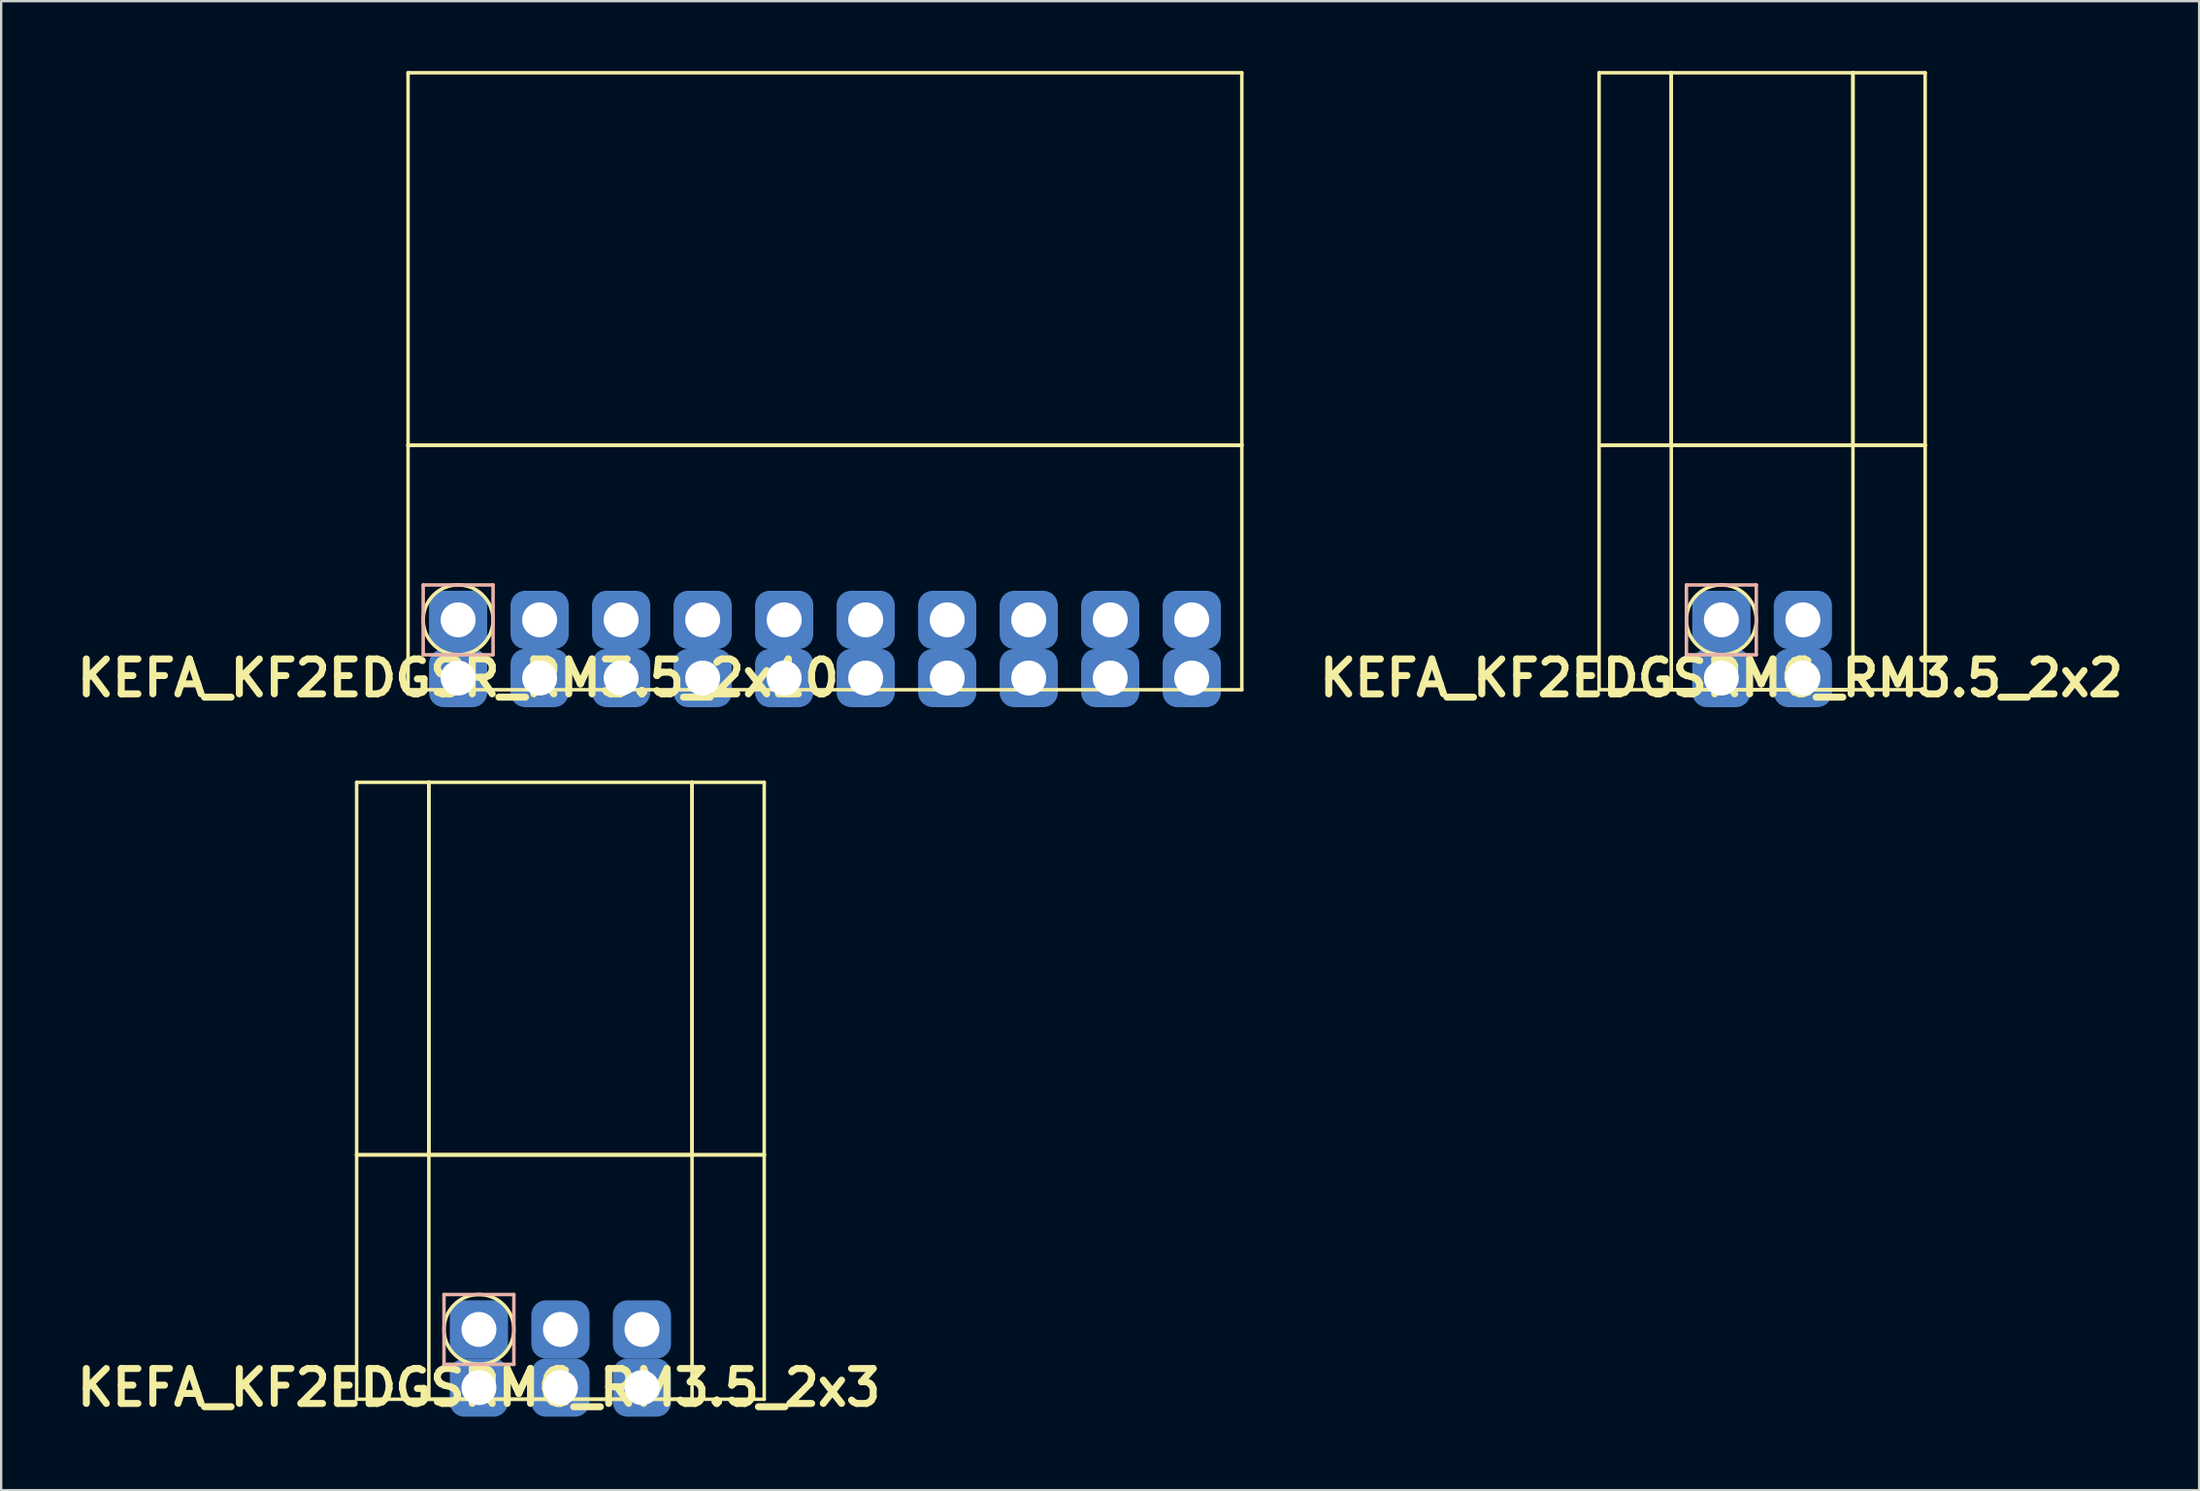
<source format=kicad_pcb>
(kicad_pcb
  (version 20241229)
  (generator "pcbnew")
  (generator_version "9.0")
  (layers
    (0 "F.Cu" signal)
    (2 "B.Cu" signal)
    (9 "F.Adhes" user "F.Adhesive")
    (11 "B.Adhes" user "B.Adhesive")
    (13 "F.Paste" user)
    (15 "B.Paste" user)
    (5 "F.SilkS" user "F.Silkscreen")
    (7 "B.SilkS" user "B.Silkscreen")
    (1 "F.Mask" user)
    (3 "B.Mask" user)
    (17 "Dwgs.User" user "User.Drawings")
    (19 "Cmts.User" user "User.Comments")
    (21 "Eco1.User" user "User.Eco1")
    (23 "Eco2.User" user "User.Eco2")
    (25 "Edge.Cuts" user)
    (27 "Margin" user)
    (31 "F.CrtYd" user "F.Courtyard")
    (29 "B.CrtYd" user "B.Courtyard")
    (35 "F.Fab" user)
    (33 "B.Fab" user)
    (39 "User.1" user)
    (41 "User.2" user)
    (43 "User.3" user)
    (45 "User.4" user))
  (footprint "KEFA_KF2EDGSR_RM3.5_2x10"
    (layer "F.Cu")
    (at 16.621 23.575)
    (property "Reference" "KEFA_KF2EDGSR_RM3.5_2x10" (at 0 2.5 0) (layer "F.SilkS") (effects (font (size 1.5 1.5) (thickness 0.3))))
    (attr through_hole)
    (fp_line (start -2.15 -23.5) (end -2.15 -7.5) (stroke (width 0.15) (type solid)) (layer "F.SilkS"))
    (fp_line (start -2.15 -7.5) (end -2.15 3) (stroke (width 0.15) (type solid)) (layer "F.SilkS"))
    (fp_line (start -2.15 -7.5) (end 33.65 -7.5) (stroke (width 0.15) (type solid)) (layer "F.SilkS"))
    (fp_line (start -2.15 3) (end 33.65 3) (stroke (width 0.15) (type solid)) (layer "F.SilkS"))
    (fp_line (start 33.65 -23.5) (end -2.15 -23.5) (stroke (width 0.15) (type solid)) (layer "F.SilkS"))
    (fp_line (start 33.65 -7.5) (end -2.15 -7.5) (stroke (width 0.15) (type solid)) (layer "F.SilkS"))
    (fp_line (start 33.65 -7.5) (end 33.65 -23.5) (stroke (width 0.15) (type solid)) (layer "F.SilkS"))
    (fp_line (start 33.65 3) (end 33.65 -7.5) (stroke (width 0.15) (type solid)) (layer "F.SilkS"))
    (fp_circle (center 0 0) (end 1.5 0) (stroke (width 0.15) (type solid)) (fill no) (layer "F.SilkS"))
    (fp_line (start -1.5 -1.5) (end 1.5 -1.5) (stroke (width 0.15) (type solid)) (layer "B.SilkS"))
    (fp_line (start -1.5 1.5) (end -1.5 -1.5) (stroke (width 0.15) (type solid)) (layer "B.SilkS"))
    (fp_line (start 1.5 -1.5) (end 1.5 1.5) (stroke (width 0.15) (type solid)) (layer "B.SilkS"))
    (fp_line (start 1.5 1.5) (end -1.5 1.5) (stroke (width 0.15) (type solid)) (layer "B.SilkS"))
    (pad "1" thru_hole circle (at 0 0) (size 1.8 1.8) (drill 1.5) (layers "*.Cu" "*.Mask"))
    (pad "1" smd roundrect (at 0 0) (size 2.5 2.5) (layers "B.Cu" "B.Mask") (roundrect_rratio 0.25))
    (pad "2" thru_hole circle (at 3.5 0) (size 1.8 1.8) (drill 1.5) (layers "*.Cu" "*.Mask"))
    (pad "2" smd roundrect (at 3.5 0) (size 2.5 2.5) (layers "B.Cu" "B.Mask") (roundrect_rratio 0.25))
    (pad "3" thru_hole circle (at 7 0) (size 1.8 1.8) (drill 1.5) (layers "*.Cu" "*.Mask"))
    (pad "3" smd roundrect (at 7 0) (size 2.5 2.5) (layers "B.Cu" "B.Mask") (roundrect_rratio 0.25))
    (pad "4" thru_hole circle (at 10.5 0) (size 1.8 1.8) (drill 1.5) (layers "*.Cu" "*.Mask"))
    (pad "4" smd roundrect (at 10.5 0) (size 2.5 2.5) (layers "B.Cu" "B.Mask") (roundrect_rratio 0.25))
    (pad "5" thru_hole circle (at 14 0) (size 1.8 1.8) (drill 1.5) (layers "*.Cu" "*.Mask"))
    (pad "5" smd roundrect (at 14 0) (size 2.5 2.5) (layers "B.Cu" "B.Mask") (roundrect_rratio 0.25))
    (pad "6" thru_hole circle (at 17.5 0) (size 1.8 1.8) (drill 1.5) (layers "*.Cu" "*.Mask"))
    (pad "6" smd roundrect (at 17.5 0) (size 2.5 2.5) (layers "B.Cu" "B.Mask") (roundrect_rratio 0.25))
    (pad "7" thru_hole circle (at 21 0) (size 1.8 1.8) (drill 1.5) (layers "*.Cu" "*.Mask"))
    (pad "7" smd roundrect (at 21 0) (size 2.5 2.5) (layers "B.Cu" "B.Mask") (roundrect_rratio 0.25))
    (pad "8" thru_hole circle (at 24.5 0) (size 1.8 1.8) (drill 1.5) (layers "*.Cu" "*.Mask"))
    (pad "8" smd roundrect (at 24.5 0) (size 2.5 2.5) (layers "B.Cu" "B.Mask") (roundrect_rratio 0.25))
    (pad "9" thru_hole circle (at 28 0) (size 1.8 1.8) (drill 1.5) (layers "*.Cu" "*.Mask"))
    (pad "9" smd roundrect (at 28 0) (size 2.5 2.5) (layers "B.Cu" "B.Mask") (roundrect_rratio 0.25))
    (pad "10" thru_hole circle (at 31.5 0) (size 1.8 1.8) (drill 1.5) (layers "*.Cu" "*.Mask"))
    (pad "10" smd roundrect (at 31.5 0) (size 2.5 2.5) (layers "B.Cu" "B.Mask") (roundrect_rratio 0.25))
    (pad "11" thru_hole circle (at 0 2.5) (size 1.8 1.8) (drill 1.5) (layers "*.Cu" "*.Mask"))
    (pad "11" smd roundrect (at 0 2.5) (size 2.5 2.5) (layers "B.Cu" "B.Mask") (roundrect_rratio 0.25))
    (pad "12" thru_hole circle (at 3.5 2.5) (size 1.8 1.8) (drill 1.5) (layers "*.Cu" "*.Mask"))
    (pad "12" smd roundrect (at 3.5 2.5) (size 2.5 2.5) (layers "B.Cu" "B.Mask") (roundrect_rratio 0.25))
    (pad "13" thru_hole circle (at 7 2.5) (size 1.8 1.8) (drill 1.5) (layers "*.Cu" "*.Mask"))
    (pad "13" smd roundrect (at 7 2.5) (size 2.5 2.5) (layers "B.Cu" "B.Mask") (roundrect_rratio 0.25))
    (pad "14" thru_hole circle (at 10.5 2.5) (size 1.8 1.8) (drill 1.5) (layers "*.Cu" "*.Mask"))
    (pad "14" smd roundrect (at 10.5 2.5) (size 2.5 2.5) (layers "B.Cu" "B.Mask") (roundrect_rratio 0.25))
    (pad "15" thru_hole circle (at 14 2.5) (size 1.8 1.8) (drill 1.5) (layers "*.Cu" "*.Mask"))
    (pad "15" smd roundrect (at 14 2.5) (size 2.5 2.5) (layers "B.Cu" "B.Mask") (roundrect_rratio 0.25))
    (pad "16" thru_hole circle (at 17.5 2.5) (size 1.8 1.8) (drill 1.5) (layers "*.Cu" "*.Mask"))
    (pad "16" smd roundrect (at 17.5 2.5) (size 2.5 2.5) (layers "B.Cu" "B.Mask") (roundrect_rratio 0.25))
    (pad "17" thru_hole circle (at 21 2.5) (size 1.8 1.8) (drill 1.5) (layers "*.Cu" "*.Mask"))
    (pad "17" smd roundrect (at 21 2.5) (size 2.5 2.5) (layers "B.Cu" "B.Mask") (roundrect_rratio 0.25))
    (pad "18" thru_hole circle (at 24.5 2.5) (size 1.8 1.8) (drill 1.5) (layers "*.Cu" "*.Mask"))
    (pad "18" smd roundrect (at 24.5 2.5) (size 2.5 2.5) (layers "B.Cu" "B.Mask") (roundrect_rratio 0.25))
    (pad "19" thru_hole circle (at 28 2.5) (size 1.8 1.8) (drill 1.5) (layers "*.Cu" "*.Mask"))
    (pad "19" smd roundrect (at 28 2.5) (size 2.5 2.5) (layers "B.Cu" "B.Mask") (roundrect_rratio 0.25))
    (pad "20" thru_hole circle (at 31.5 2.5) (size 1.8 1.8) (drill 1.5) (layers "*.Cu" "*.Mask"))
    (pad "20" smd roundrect (at 31.5 2.5) (size 2.5 2.5) (layers "B.Cu" "B.Mask") (roundrect_rratio 0.25)))
  (footprint "KEFA_KF2EDGSRMG_RM3.5_2x2"
    (layer "F.Cu")
    (at 70.861 23.575)
    (property "Reference" "KEFA_KF2EDGSRMG_RM3.5_2x2" (at 0 2.5 0) (layer "F.SilkS") (effects (font (size 1.5 1.5) (thickness 0.3))))
    (attr through_hole)
    (fp_line (start -5.25 -23.5) (end -5.25 -7.5) (stroke (width 0.15) (type solid)) (layer "F.SilkS"))
    (fp_line (start -5.25 -7.5) (end -5.25 3) (stroke (width 0.15) (type solid)) (layer "F.SilkS"))
    (fp_line (start -5.25 -7.5) (end -2.15 -7.5) (stroke (width 0.15) (type solid)) (layer "F.SilkS"))
    (fp_line (start -5.25 3) (end 8.75 3) (stroke (width 0.15) (type solid)) (layer "F.SilkS"))
    (fp_line (start -2.15 -23.5) (end -5.25 -23.5) (stroke (width 0.15) (type solid)) (layer "F.SilkS"))
    (fp_line (start -2.15 -23.5) (end -2.15 -7.5) (stroke (width 0.15) (type solid)) (layer "F.SilkS"))
    (fp_line (start -2.15 -7.5) (end -2.15 -23.5) (stroke (width 0.15) (type solid)) (layer "F.SilkS"))
    (fp_line (start -2.15 -7.5) (end -2.15 3) (stroke (width 0.15) (type solid)) (layer "F.SilkS"))
    (fp_line (start -2.15 -7.5) (end 5.65 -7.5) (stroke (width 0.15) (type solid)) (layer "F.SilkS"))
    (fp_line (start -2.15 3) (end 5.65 3) (stroke (width 0.15) (type solid)) (layer "F.SilkS"))
    (fp_line (start 5.65 -23.5) (end -2.15 -23.5) (stroke (width 0.15) (type solid)) (layer "F.SilkS"))
    (fp_line (start 5.65 -23.5) (end 5.65 -7.5) (stroke (width 0.15) (type solid)) (layer "F.SilkS"))
    (fp_line (start 5.65 -7.5) (end -2.15 -7.5) (stroke (width 0.15) (type solid)) (layer "F.SilkS"))
    (fp_line (start 5.65 -7.5) (end 5.65 -23.5) (stroke (width 0.15) (type solid)) (layer "F.SilkS"))
    (fp_line (start 5.65 -7.5) (end 8.75 -7.5) (stroke (width 0.15) (type solid)) (layer "F.SilkS"))
    (fp_line (start 5.65 3) (end 5.65 -7.5) (stroke (width 0.15) (type solid)) (layer "F.SilkS"))
    (fp_line (start 8.75 -23.5) (end 5.65 -23.5) (stroke (width 0.15) (type solid)) (layer "F.SilkS"))
    (fp_line (start 8.75 -7.5) (end -5.25 -7.5) (stroke (width 0.15) (type solid)) (layer "F.SilkS"))
    (fp_line (start 8.75 -7.5) (end 8.75 -23.5) (stroke (width 0.15) (type solid)) (layer "F.SilkS"))
    (fp_line (start 8.75 3) (end 8.75 -7.5) (stroke (width 0.15) (type solid)) (layer "F.SilkS"))
    (fp_circle (center 0 0) (end 1.5 0) (stroke (width 0.15) (type solid)) (fill no) (layer "F.SilkS"))
    (fp_line (start -1.5 -1.5) (end 1.5 -1.5) (stroke (width 0.15) (type solid)) (layer "B.SilkS"))
    (fp_line (start -1.5 1.5) (end -1.5 -1.5) (stroke (width 0.15) (type solid)) (layer "B.SilkS"))
    (fp_line (start 1.5 -1.5) (end 1.5 1.5) (stroke (width 0.15) (type solid)) (layer "B.SilkS"))
    (fp_line (start 1.5 1.5) (end -1.5 1.5) (stroke (width 0.15) (type solid)) (layer "B.SilkS"))
    (pad "1" thru_hole circle (at 0 0) (size 1.8 1.8) (drill 1.5) (layers "*.Cu" "*.Mask"))
    (pad "1" smd roundrect (at 0 0) (size 2.5 2.5) (layers "B.Cu" "B.Mask") (roundrect_rratio 0.25))
    (pad "2" thru_hole circle (at 3.5 0) (size 1.8 1.8) (drill 1.5) (layers "*.Cu" "*.Mask"))
    (pad "2" smd roundrect (at 3.5 0) (size 2.5 2.5) (layers "B.Cu" "B.Mask") (roundrect_rratio 0.25))
    (pad "3" thru_hole circle (at 0 2.5) (size 1.8 1.8) (drill 1.5) (layers "*.Cu" "*.Mask"))
    (pad "3" smd roundrect (at 0 2.5) (size 2.5 2.5) (layers "B.Cu" "B.Mask") (roundrect_rratio 0.25))
    (pad "4" thru_hole circle (at 3.5 2.5) (size 1.8 1.8) (drill 1.5) (layers "*.Cu" "*.Mask"))
    (pad "4" smd roundrect (at 3.5 2.5) (size 2.5 2.5) (layers "B.Cu" "B.Mask") (roundrect_rratio 0.25)))
  (footprint "KEFA_KF2EDGSRMG_RM3.5_2x3"
    (layer "F.Cu")
    (at 17.514 54.054)
    (property "Reference" "KEFA_KF2EDGSRMG_RM3.5_2x3" (at 0 2.5 0) (layer "F.SilkS") (effects (font (size 1.5 1.5) (thickness 0.3))))
    (attr through_hole)
    (fp_line (start -5.25 -23.5) (end -5.25 -7.5) (stroke (width 0.15) (type solid)) (layer "F.SilkS"))
    (fp_line (start -5.25 -7.5) (end -5.25 3) (stroke (width 0.15) (type solid)) (layer "F.SilkS"))
    (fp_line (start -5.25 -7.5) (end -2.15 -7.5) (stroke (width 0.15) (type solid)) (layer "F.SilkS"))
    (fp_line (start -5.25 3) (end 12.25 3) (stroke (width 0.15) (type solid)) (layer "F.SilkS"))
    (fp_line (start -2.15 -23.5) (end -5.25 -23.5) (stroke (width 0.15) (type solid)) (layer "F.SilkS"))
    (fp_line (start -2.15 -23.5) (end -2.15 -7.5) (stroke (width 0.15) (type solid)) (layer "F.SilkS"))
    (fp_line (start -2.15 -7.5) (end -2.15 -23.5) (stroke (width 0.15) (type solid)) (layer "F.SilkS"))
    (fp_line (start -2.15 -7.5) (end -2.15 3) (stroke (width 0.15) (type solid)) (layer "F.SilkS"))
    (fp_line (start -2.15 -7.5) (end 9.15 -7.5) (stroke (width 0.15) (type solid)) (layer "F.SilkS"))
    (fp_line (start -2.15 3) (end 9.15 3) (stroke (width 0.15) (type solid)) (layer "F.SilkS"))
    (fp_line (start 9.15 -23.5) (end -2.15 -23.5) (stroke (width 0.15) (type solid)) (layer "F.SilkS"))
    (fp_line (start 9.15 -23.5) (end 9.15 -7.5) (stroke (width 0.15) (type solid)) (layer "F.SilkS"))
    (fp_line (start 9.15 -7.5) (end -2.15 -7.5) (stroke (width 0.15) (type solid)) (layer "F.SilkS"))
    (fp_line (start 9.15 -7.5) (end 9.15 -23.5) (stroke (width 0.15) (type solid)) (layer "F.SilkS"))
    (fp_line (start 9.15 -7.5) (end 12.25 -7.5) (stroke (width 0.15) (type solid)) (layer "F.SilkS"))
    (fp_line (start 9.15 3) (end 9.15 -7.5) (stroke (width 0.15) (type solid)) (layer "F.SilkS"))
    (fp_line (start 12.25 -23.5) (end 9.15 -23.5) (stroke (width 0.15) (type solid)) (layer "F.SilkS"))
    (fp_line (start 12.25 -7.5) (end -5.25 -7.5) (stroke (width 0.15) (type solid)) (layer "F.SilkS"))
    (fp_line (start 12.25 -7.5) (end 12.25 -23.5) (stroke (width 0.15) (type solid)) (layer "F.SilkS"))
    (fp_line (start 12.25 3) (end 12.25 -7.5) (stroke (width 0.15) (type solid)) (layer "F.SilkS"))
    (fp_circle (center 0 0) (end 1.5 0) (stroke (width 0.15) (type solid)) (fill no) (layer "F.SilkS"))
    (fp_line (start -1.5 -1.5) (end 1.5 -1.5) (stroke (width 0.15) (type solid)) (layer "B.SilkS"))
    (fp_line (start -1.5 1.5) (end -1.5 -1.5) (stroke (width 0.15) (type solid)) (layer "B.SilkS"))
    (fp_line (start 1.5 -1.5) (end 1.5 1.5) (stroke (width 0.15) (type solid)) (layer "B.SilkS"))
    (fp_line (start 1.5 1.5) (end -1.5 1.5) (stroke (width 0.15) (type solid)) (layer "B.SilkS"))
    (pad "1" thru_hole circle (at 0 0) (size 1.8 1.8) (drill 1.5) (layers "*.Cu" "*.Mask"))
    (pad "1" smd roundrect (at 0 0) (size 2.5 2.5) (layers "B.Cu" "B.Mask") (roundrect_rratio 0.25))
    (pad "2" thru_hole circle (at 3.5 0) (size 1.8 1.8) (drill 1.5) (layers "*.Cu" "*.Mask"))
    (pad "2" smd roundrect (at 3.5 0) (size 2.5 2.5) (layers "B.Cu" "B.Mask") (roundrect_rratio 0.25))
    (pad "3" thru_hole circle (at 7 0) (size 1.8 1.8) (drill 1.5) (layers "*.Cu" "*.Mask"))
    (pad "3" smd roundrect (at 7 0) (size 2.5 2.5) (layers "B.Cu" "B.Mask") (roundrect_rratio 0.25))
    (pad "4" thru_hole circle (at 0 2.5) (size 1.8 1.8) (drill 1.5) (layers "*.Cu" "*.Mask"))
    (pad "4" smd roundrect (at 0 2.5) (size 2.5 2.5) (layers "B.Cu" "B.Mask") (roundrect_rratio 0.25))
    (pad "5" thru_hole circle (at 3.5 2.5) (size 1.8 1.8) (drill 1.5) (layers "*.Cu" "*.Mask"))
    (pad "5" smd roundrect (at 3.5 2.5) (size 2.5 2.5) (layers "B.Cu" "B.Mask") (roundrect_rratio 0.25))
    (pad "6" thru_hole circle (at 7 2.5) (size 1.8 1.8) (drill 1.5) (layers "*.Cu" "*.Mask"))
    (pad "6" smd roundrect (at 7 2.5) (size 2.5 2.5) (layers "B.Cu" "B.Mask") (roundrect_rratio 0.25)))
  (gr_rect
    (start -3 -3)
    (end 91.375 60.958)
    (stroke (width 0.1) (type default))
    (fill no)
    (layer "Edge.Cuts")))
</source>
